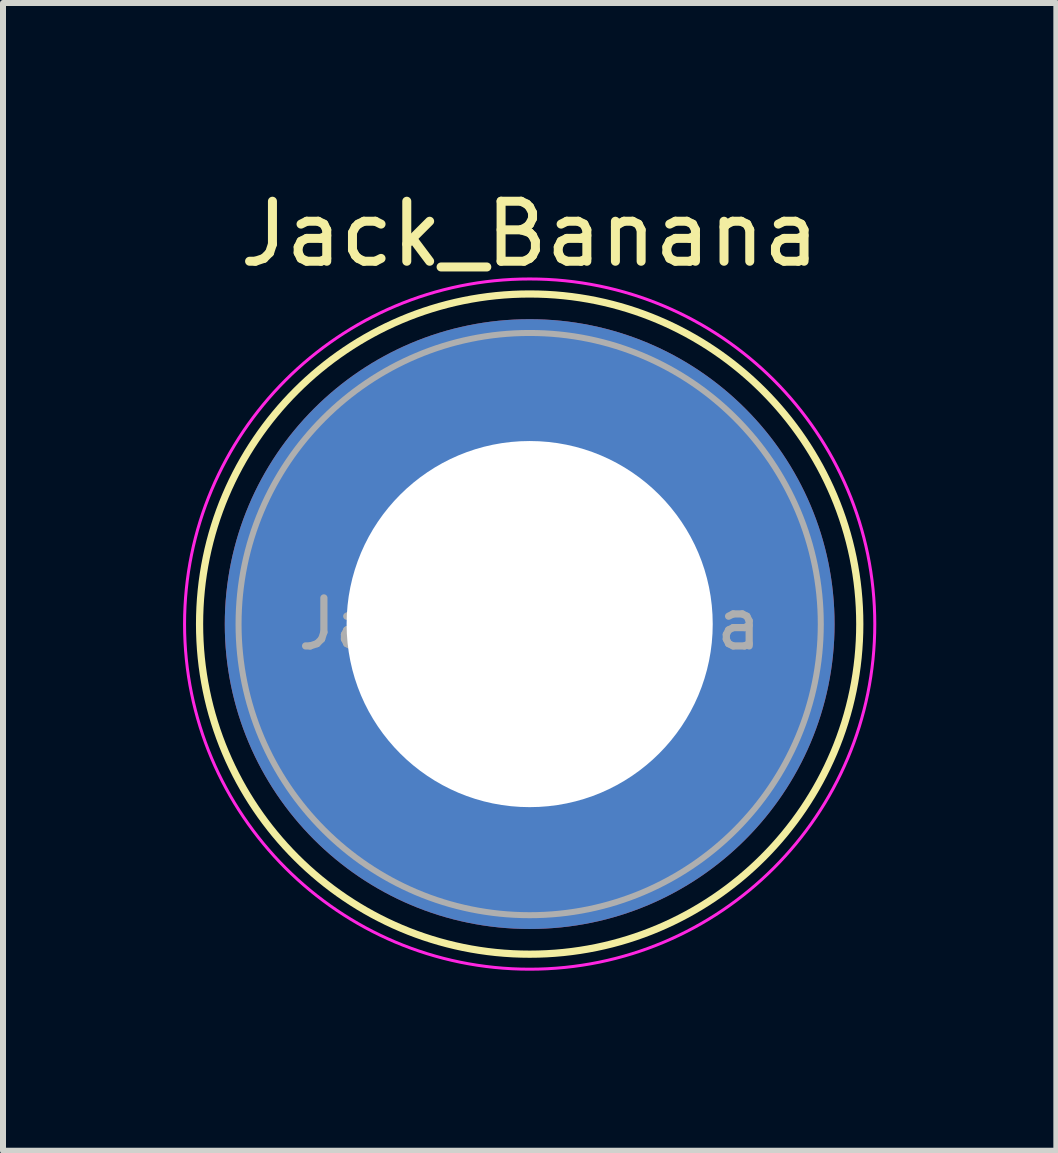
<source format=kicad_pcb>
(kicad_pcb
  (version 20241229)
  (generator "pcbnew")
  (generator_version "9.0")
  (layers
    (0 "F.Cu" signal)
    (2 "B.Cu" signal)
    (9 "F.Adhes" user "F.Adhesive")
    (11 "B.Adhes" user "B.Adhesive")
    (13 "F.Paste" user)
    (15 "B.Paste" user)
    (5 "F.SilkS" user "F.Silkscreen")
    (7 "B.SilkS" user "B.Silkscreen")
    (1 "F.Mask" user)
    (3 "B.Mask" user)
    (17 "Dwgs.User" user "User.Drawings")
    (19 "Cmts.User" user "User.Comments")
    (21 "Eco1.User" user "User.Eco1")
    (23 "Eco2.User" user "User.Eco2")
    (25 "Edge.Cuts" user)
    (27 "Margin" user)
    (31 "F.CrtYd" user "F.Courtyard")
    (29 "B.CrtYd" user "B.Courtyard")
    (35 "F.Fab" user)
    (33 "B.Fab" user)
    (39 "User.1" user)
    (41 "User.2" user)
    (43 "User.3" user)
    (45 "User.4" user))
  (footprint "Jack_Banana"
    (layer "F.Cu")
    (at 5.775 7.348)
    (property "Reference" "Jack_Banana" (at 0 -6.5 0) (layer "F.SilkS") (effects (font (size 1 1) (thickness 0.15))))
    (attr through_hole)
    (fp_circle (center 0 0) (end 5.5 0) (stroke (width 0.12) (type solid)) (fill no) (layer "F.SilkS"))
    (fp_circle (center 0 0) (end 5.75 0) (stroke (width 0.05) (type solid)) (fill no) (layer "F.CrtYd"))
    (fp_circle (center 0 0) (end 2 0) (stroke (width 0.1) (type solid)) (fill no) (layer "F.Fab"))
    (fp_circle (center 0 0) (end 4.85 0.05) (stroke (width 0.1) (type solid)) (fill no) (layer "F.Fab"))
    (fp_text user "${REFERENCE}" (at 0 0 0) (layer "F.Fab") (effects (font (size 0.8 0.8) (thickness 0.12))))
    (pad "1" thru_hole circle (at 0 0) (size 10.16 10.16) (drill 6.1) (layers "*.Cu" "*.Mask")))
  (gr_rect
    (start -3 -3)
    (end 14.55 16.123)
    (stroke (width 0.1) (type default))
    (fill no)
    (layer "Edge.Cuts")))
</source>
